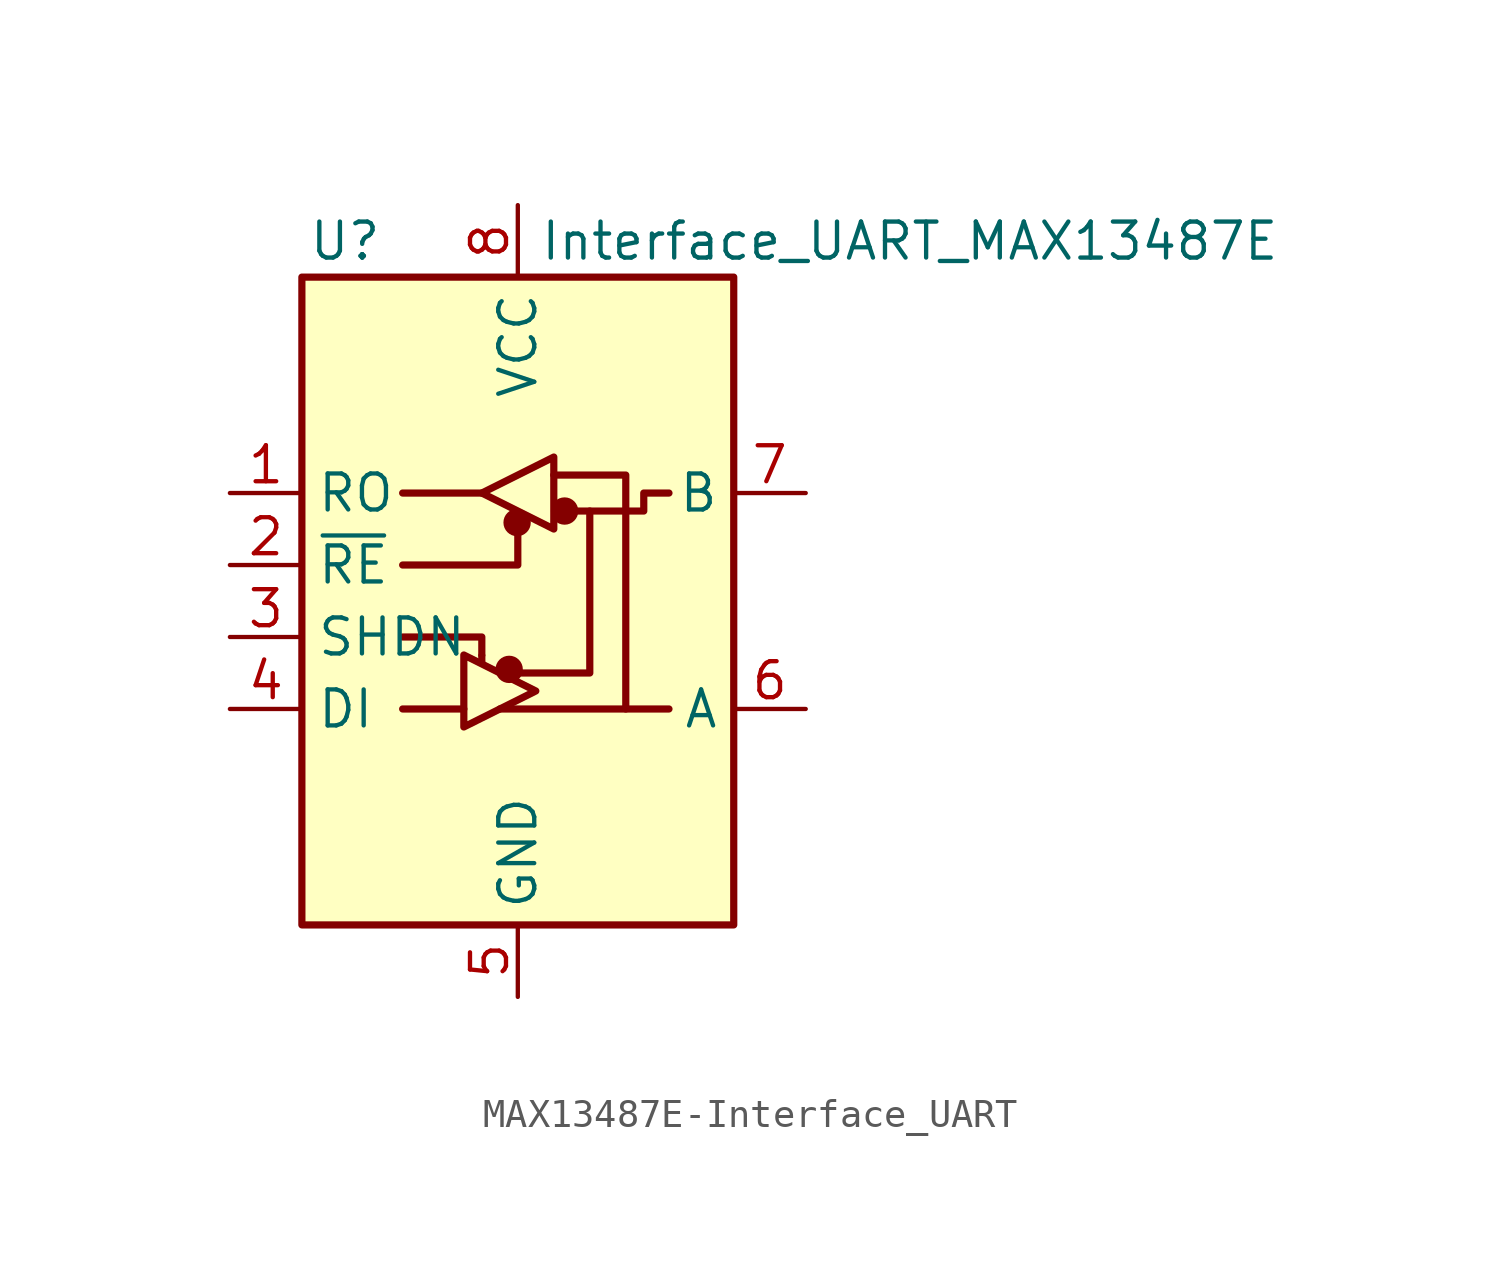
<source format=kicad_sym>
(kicad_symbol_lib
  (version 20231120)
  (generator "kicad_symbol_editor")
  (generator_version "8.0")
  (symbol "MAX13487E-Interface_UART"
    (property "Reference" "U"
      (at -6.096 11.43 0)
      (effects (font (size 1.27 1.27))))
    (property "Value" "Interface_UART_MAX13487E"
      (at 0.762 11.43 0)
      (effects (font (size 1.27 1.27)) (justify left)))
    (symbol "MAX13487E-Interface_UART_0_1"
      (rectangle (start -7.62 10.16) (end 7.62 -12.7) (stroke (width 0.254) (type solid)) (fill (type background)))
      (circle (center -0.305 -3.683) (radius 0.356) (stroke (width 0.254) (type solid)) (fill (type outline)))
      (circle (center -0.025 1.499) (radius 0.356) (stroke (width 0.254) (type solid)) (fill (type outline)))
      (polyline (pts (xy -4.064 -5.08) (xy -1.905 -5.08)) (stroke (width 0.254) (type solid)) (fill (type none)))
      (polyline (pts (xy -4.064 2.54) (xy -1.27 2.54)) (stroke (width 0.254) (type solid)) (fill (type none)))
      (polyline (pts (xy -1.27 -3.2) (xy -1.27 -3.454)) (stroke (width 0.254) (type solid)) (fill (type none)))
      (polyline (pts (xy -0.635 -5.08) (xy 5.334 -5.08)) (stroke (width 0.254) (type solid)) (fill (type none)))
      (polyline (pts (xy -4.064 -2.54) (xy -1.27 -2.54) (xy -1.27 -3.175)) (stroke (width 0.254) (type solid)) (fill (type none)))
      (polyline (pts (xy 0 1.27) (xy 0 0) (xy -4.064 0)) (stroke (width 0.254) (type solid)) (fill (type none)))
      (polyline (pts (xy 1.27 3.175) (xy 3.81 3.175) (xy 3.81 -5.08)) (stroke (width 0.254) (type solid)) (fill (type none)))
      (polyline (pts (xy 2.54 1.905) (xy 2.54 -3.81) (xy 0 -3.81)) (stroke (width 0.254) (type solid)) (fill (type none)))
      (polyline (pts (xy -1.905 -3.175) (xy -1.905 -5.715) (xy 0.635 -4.445) (xy -1.905 -3.175)) (stroke (width 0.254) (type solid)) (fill (type none)))
      (polyline (pts (xy -1.27 2.54) (xy 1.27 3.81) (xy 1.27 1.27) (xy -1.27 2.54)) (stroke (width 0.254) (type solid)) (fill (type none)))
      (polyline (pts (xy 1.905 1.905) (xy 4.445 1.905) (xy 4.445 2.54) (xy 5.334 2.54)) (stroke (width 0.254) (type solid)) (fill (type none)))
      (rectangle (start 1.27 3.175) (end 1.27 3.175) (stroke (width 0) (type solid)) (fill (type none)))
      (circle (center 1.651 1.905) (radius 0.356) (stroke (width 0.254) (type solid)) (fill (type outline))))
    (symbol "MAX13487E-Interface_UART_1_1"
      (pin output line (at -10.16 2.54 0) (length 2.54) (name "RO" (effects (font (size 1.27 1.27)))) (number "1" (effects (font (size 1.27 1.27)))))
      (pin input line (at -10.16 0 0) (length 2.54) (name "~{RE}" (effects (font (size 1.27 1.27)))) (number "2" (effects (font (size 1.27 1.27)))))
      (pin input line (at -10.16 -2.54 0) (length 2.54) (name "SHDN" (effects (font (size 1.27 1.27)))) (number "3" (effects (font (size 1.27 1.27)))))
      (pin input line (at -10.16 -5.08 0) (length 2.54) (name "DI" (effects (font (size 1.27 1.27)))) (number "4" (effects (font (size 1.27 1.27)))))
      (pin power_in line (at 0 -15.24 90) (length 2.54) (name "GND" (effects (font (size 1.27 1.27)))) (number "5" (effects (font (size 1.27 1.27)))))
      (pin bidirectional line (at 10.16 -5.08 180) (length 2.54) (name "A" (effects (font (size 1.27 1.27)))) (number "6" (effects (font (size 1.27 1.27)))))
      (pin bidirectional line (at 10.16 2.54 180) (length 2.54) (name "B" (effects (font (size 1.27 1.27)))) (number "7" (effects (font (size 1.27 1.27)))))
      (pin power_in line (at 0 12.7 270) (length 2.54) (name "VCC" (effects (font (size 1.27 1.27)))) (number "8" (effects (font (size 1.27 1.27))))))))
</source>
